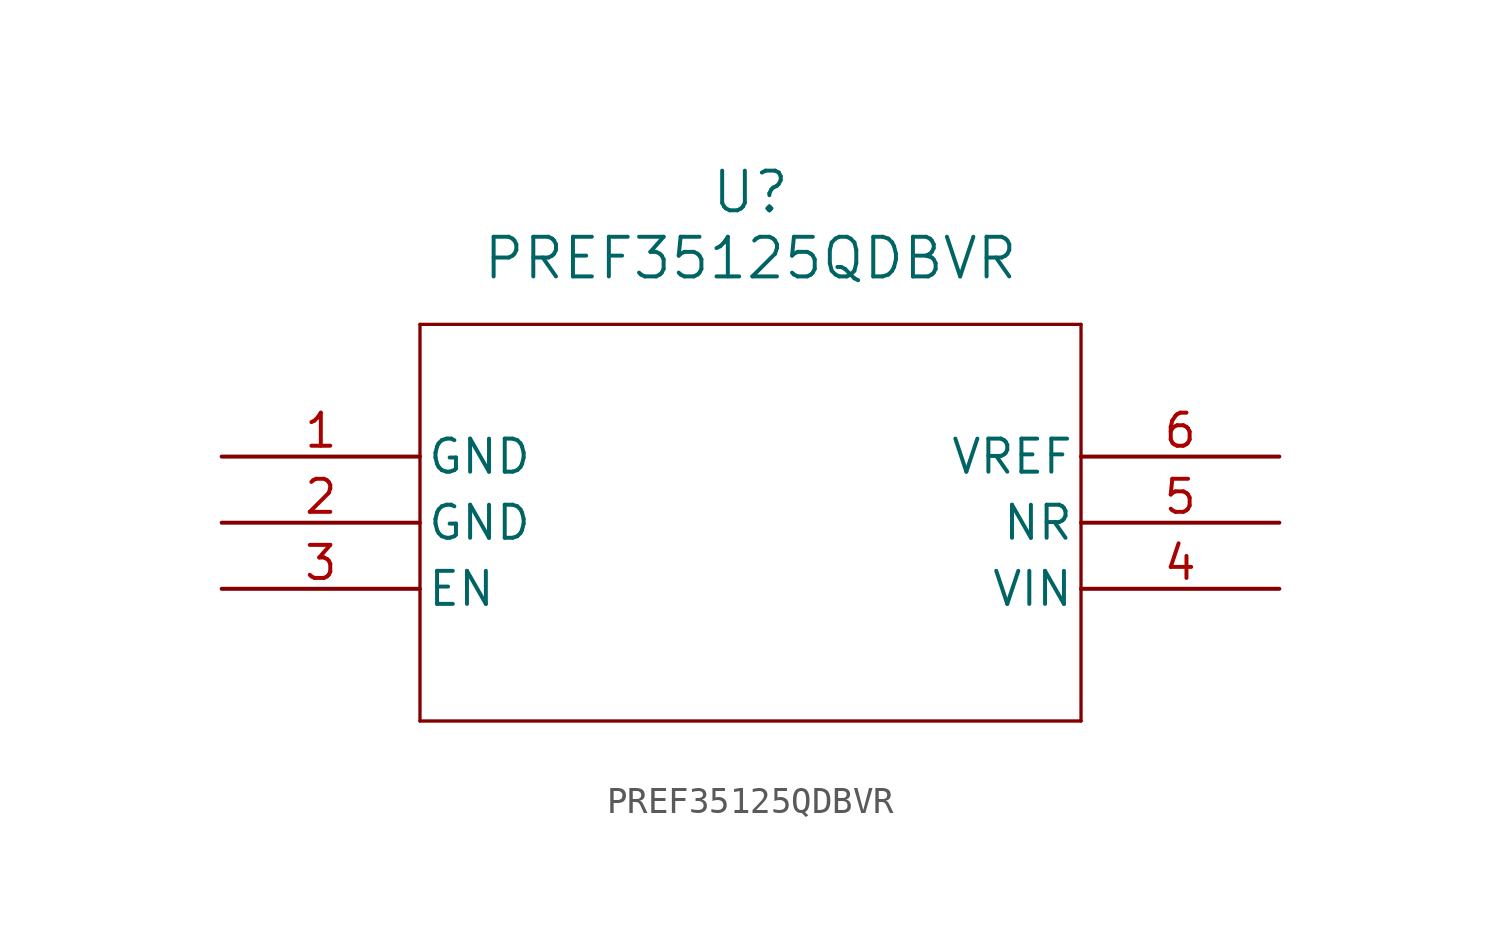
<source format=kicad_sym>
(kicad_symbol_lib
  (version 20211014)
  (generator kicad_symbol_editor)
  (symbol "PREF35125QDBVR"
    (pin_names
      (offset 0.254))
    (property "Reference" "U"
      (at 20.32 10.16 0)
      (effects (font (size 1.524 1.524))))
    (property "Value" "PREF35125QDBVR"
      (at 20.32 7.62 0)
      (effects (font (size 1.524 1.524))))
    (symbol "PREF35125QDBVR_0_1"
      (polyline (pts (xy 7.62 5.08) (xy 7.62 -10.16)) (stroke (width 0.127) (type default) (color 0 0 0 0)) (fill (type none)))
      (polyline (pts (xy 7.62 -10.16) (xy 33.02 -10.16)) (stroke (width 0.127) (type default) (color 0 0 0 0)) (fill (type none)))
      (polyline (pts (xy 33.02 -10.16) (xy 33.02 5.08)) (stroke (width 0.127) (type default) (color 0 0 0 0)) (fill (type none)))
      (polyline (pts (xy 33.02 5.08) (xy 7.62 5.08)) (stroke (width 0.127) (type default) (color 0 0 0 0)) (fill (type none)))
      (pin power_out line (at 0 0 0) (length 7.62) (name "GND" (effects (font (size 1.27 1.27)))) (number "1" (effects (font (size 1.27 1.27)))))
      (pin power_out line (at 0 -2.54 0) (length 7.62) (name "GND" (effects (font (size 1.27 1.27)))) (number "2" (effects (font (size 1.27 1.27)))))
      (pin input line (at 0 -5.08 0) (length 7.62) (name "EN" (effects (font (size 1.27 1.27)))) (number "3" (effects (font (size 1.27 1.27)))))
      (pin power_in line (at 40.64 -5.08 180) (length 7.62) (name "VIN" (effects (font (size 1.27 1.27)))) (number "4" (effects (font (size 1.27 1.27)))))
      (pin output line (at 40.64 -2.54 180) (length 7.62) (name "NR" (effects (font (size 1.27 1.27)))) (number "5" (effects (font (size 1.27 1.27)))))
      (pin output line (at 40.64 0 180) (length 7.62) (name "VREF" (effects (font (size 1.27 1.27)))) (number "6" (effects (font (size 1.27 1.27))))))))
</source>
